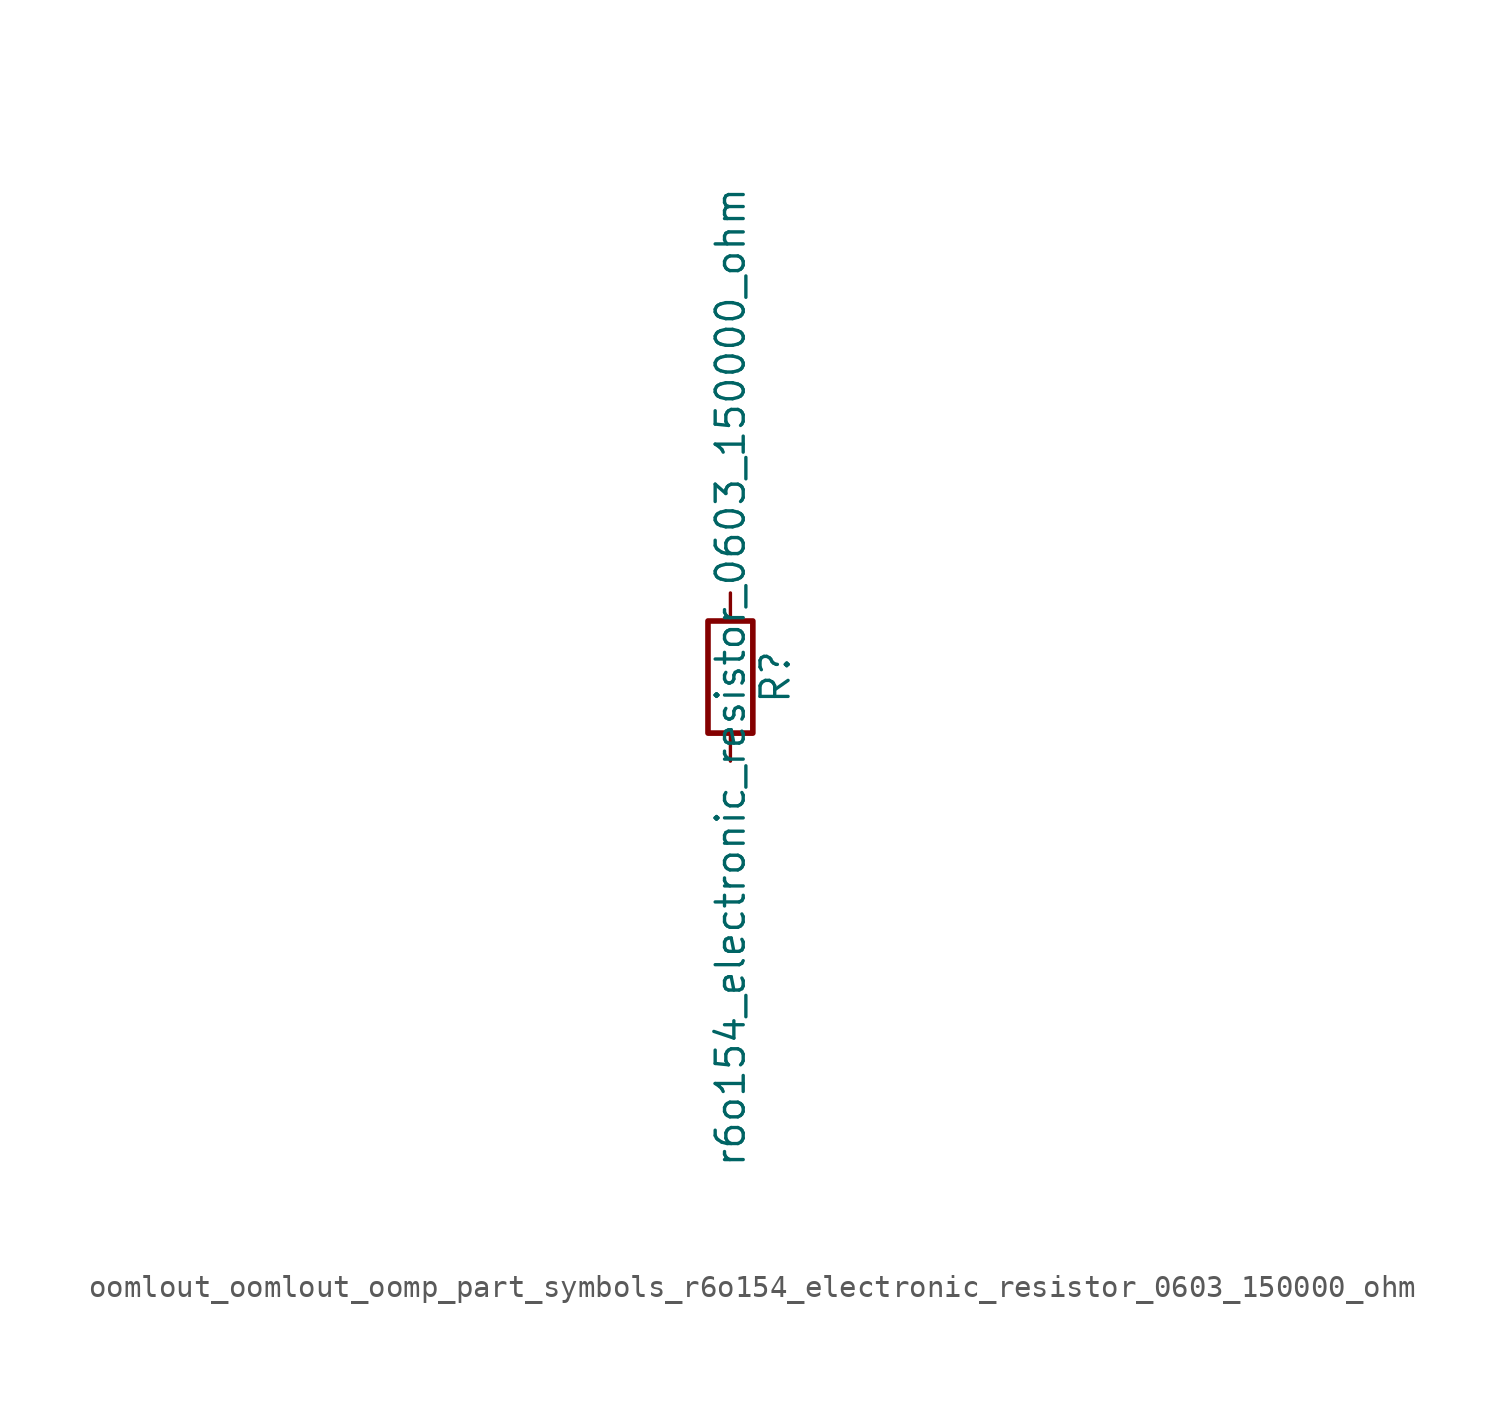
<source format=kicad_sym>
(kicad_symbol_lib
  (version 20220914)
  (generator kicad_symbol_editor)
  (symbol "oomlout_oomlout_oomp_part_symbols_r6o154_electronic_resistor_0603_150000_ohm"
    (pin_numbers hide)
    (pin_names
      (offset 0))
    (property "Reference" "R"
      (at 2.032 0 90)
      (effects (font (size 1.27 1.27))))
    (property "Value" "r6o154_electronic_resistor_0603_150000_ohm"
      (at 0 0 90)
      (effects (font (size 1.27 1.27))))
    (symbol "oomlout_oomlout_oomp_part_symbols_r6o154_electronic_resistor_0603_150000_ohm_0_1"
      (rectangle (start -1.016 -2.54) (end 1.016 2.54) (stroke (width 0.254) (type default)) (fill (type none))))
    (symbol "oomlout_oomlout_oomp_part_symbols_r6o154_electronic_resistor_0603_150000_ohm_1_1"
      (pin passive line (at 0 3.81 270) (length 1.27) (name "~" (effects (font (size 1.27 1.27)))) (number "1" (effects (font (size 1.27 1.27)))))
      (pin passive line (at 0 -3.81 90) (length 1.27) (name "~" (effects (font (size 1.27 1.27)))) (number "2" (effects (font (size 1.27 1.27))))))))
</source>
